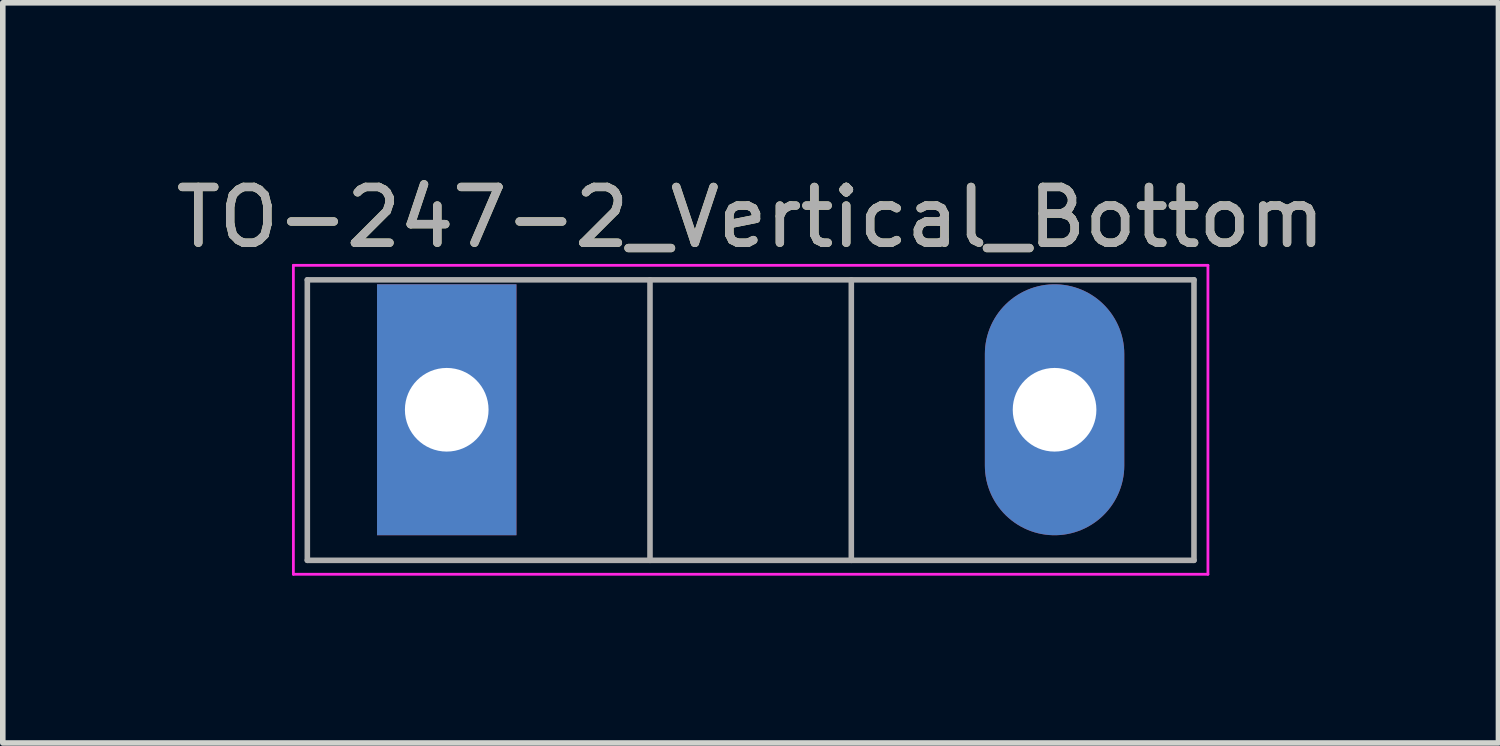
<source format=kicad_pcb>
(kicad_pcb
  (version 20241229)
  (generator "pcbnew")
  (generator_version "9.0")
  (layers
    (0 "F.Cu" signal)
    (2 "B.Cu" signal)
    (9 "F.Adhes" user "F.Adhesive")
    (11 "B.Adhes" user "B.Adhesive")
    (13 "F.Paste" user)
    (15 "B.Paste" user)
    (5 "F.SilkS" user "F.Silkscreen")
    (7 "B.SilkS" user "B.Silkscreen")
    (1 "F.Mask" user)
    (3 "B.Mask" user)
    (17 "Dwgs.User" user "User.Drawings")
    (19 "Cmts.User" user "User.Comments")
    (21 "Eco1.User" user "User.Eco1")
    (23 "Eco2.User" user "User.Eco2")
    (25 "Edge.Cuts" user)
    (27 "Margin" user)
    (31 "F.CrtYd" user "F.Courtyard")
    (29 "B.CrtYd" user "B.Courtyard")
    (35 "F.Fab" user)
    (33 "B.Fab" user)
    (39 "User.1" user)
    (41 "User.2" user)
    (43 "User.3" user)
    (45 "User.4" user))
  (footprint "TO-247-2_Vertical_Bottom"
    (layer "F.Cu")
    (at 4.961 4.298)
    (property "Reference" "TO-247-2_Vertical_Bottom" (at 5.45 -3.45 0) (layer "F.SilkS") (effects (font (size 1 1) (thickness 0.15))))
    (attr through_hole)
    (fp_line (start -2.75 -2.59) (end -2.75 2.95) (stroke (width 0.05) (type solid)) (layer "F.CrtYd"))
    (fp_line (start -2.75 2.95) (end 13.65 2.95) (stroke (width 0.05) (type solid)) (layer "F.CrtYd"))
    (fp_line (start 13.65 -2.59) (end -2.75 -2.59) (stroke (width 0.05) (type solid)) (layer "F.CrtYd"))
    (fp_line (start 13.65 2.95) (end 13.65 -2.59) (stroke (width 0.05) (type solid)) (layer "F.CrtYd"))
    (fp_line (start -2.5 -2.33) (end -2.5 2.7) (stroke (width 0.1) (type solid)) (layer "F.Fab"))
    (fp_line (start -2.5 2.7) (end 13.4 2.7) (stroke (width 0.1) (type solid)) (layer "F.Fab"))
    (fp_line (start 3.645 -2.33) (end 3.645 2.7) (stroke (width 0.1) (type solid)) (layer "F.Fab"))
    (fp_line (start 7.255 -2.33) (end 7.255 2.7) (stroke (width 0.1) (type solid)) (layer "F.Fab"))
    (fp_line (start 13.4 -2.33) (end -2.5 -2.33) (stroke (width 0.1) (type solid)) (layer "F.Fab"))
    (fp_line (start 13.4 2.7) (end 13.4 -2.33) (stroke (width 0.1) (type solid)) (layer "F.Fab"))
    (fp_text user "${REFERENCE}" (at 5.45 -3.45 0) (layer "F.Fab") (effects (font (size 1 1) (thickness 0.15))))
    (pad "1" thru_hole rect (at 0 0) (size 2.5 4.5) (drill 1.5) (layers "B.Cu" "B.Mask"))
    (pad "2" thru_hole oval (at 10.9 0) (size 2.5 4.5) (drill 1.5) (layers "B.Cu" "B.Mask")))
  (gr_rect
    (start -3 -3)
    (end 23.821 10.273)
    (stroke (width 0.1) (type default))
    (fill no)
    (layer "Edge.Cuts")))
</source>
